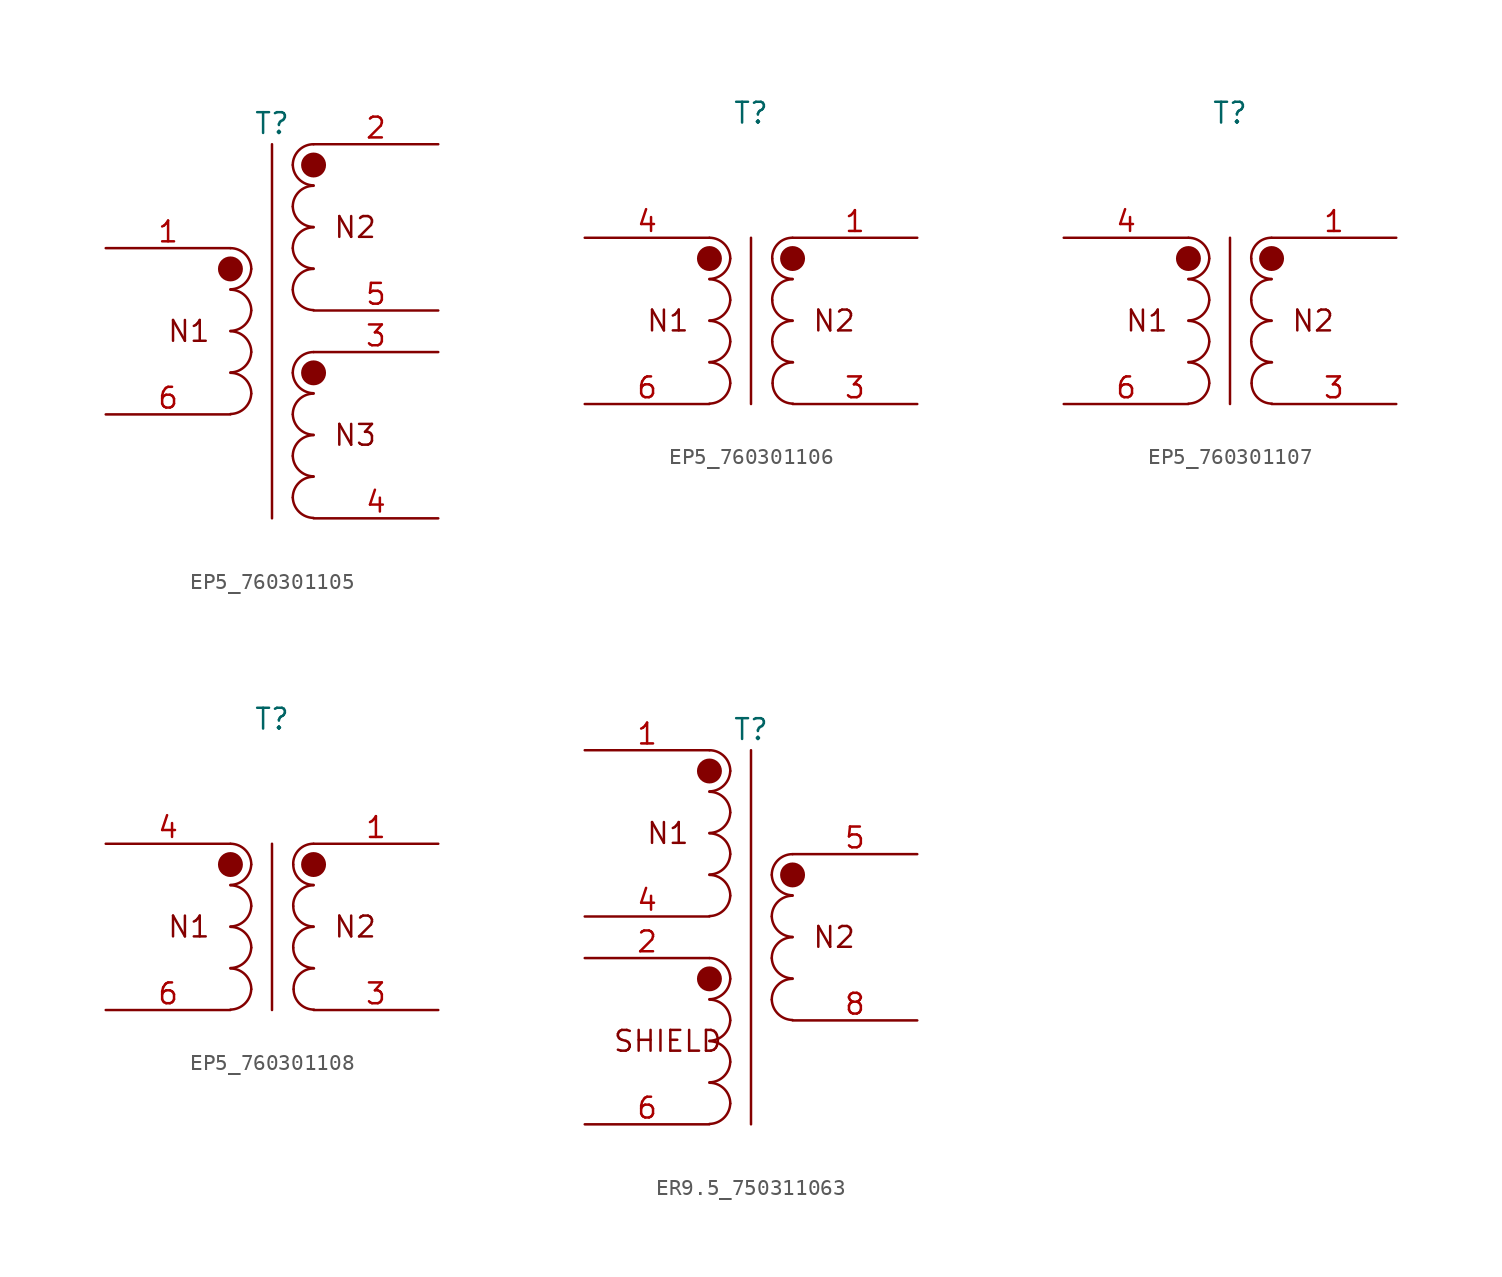
<source format=kicad_sym>
(kicad_symbol_lib
  (version 20220914)
  (generator kicad_symbol_editor)
  (symbol "EP5_760301105"
    (pin_names hide)
    (property "Reference" "T"
      (at 0 12.7 0)
      (effects (font (size 1.27 1.27))))
    (property "Critical Parameter" ""
      (at 0 -5.08 0)
      (effects (font (size 1.27 1.27)) (justify left)))
    (symbol "EP5_760301105_0_1"
      (arc (start -2.54 -5.0546) (mid -1.6561 -4.6863) (end -1.27 -3.81) (stroke (width 0) (type default)) (fill (type none)))
      (arc (start -2.54 -2.5146) (mid -1.6561 -2.1463) (end -1.27 -1.27) (stroke (width 0) (type default)) (fill (type none)))
      (arc (start -2.54 0.0254) (mid -1.6561 0.3937) (end -1.27 1.27) (stroke (width 0) (type default)) (fill (type none)))
      (arc (start -2.54 2.5654) (mid -1.6561 2.9337) (end -1.27 3.81) (stroke (width 0) (type default)) (fill (type none)))
      (arc (start -1.27 -3.81) (mid -1.642 -2.912) (end -2.54 -2.54) (stroke (width 0) (type default)) (fill (type none)))
      (arc (start -1.27 -1.27) (mid -1.642 -0.372) (end -2.54 0) (stroke (width 0) (type default)) (fill (type none)))
      (arc (start -1.27 1.27) (mid -1.642 2.168) (end -2.54 2.54) (stroke (width 0) (type default)) (fill (type none)))
      (arc (start -1.27 3.81) (mid -1.642 4.708) (end -2.54 5.08) (stroke (width 0) (type default)) (fill (type none)))
      (polyline (pts (xy 0 -11.43) (xy 0 11.43)) (stroke (width 0) (type default)) (fill (type none)))
      (arc (start 1.27 -10.16) (mid 1.6561 -11.0363) (end 2.54 -11.4046) (stroke (width 0) (type default)) (fill (type none)))
      (arc (start 1.27 -7.62) (mid 1.6561 -8.4963) (end 2.54 -8.8646) (stroke (width 0) (type default)) (fill (type none)))
      (arc (start 1.27 -5.08) (mid 1.6561 -5.9563) (end 2.54 -6.3246) (stroke (width 0) (type default)) (fill (type none)))
      (arc (start 1.27 -2.54) (mid 1.6561 -3.4163) (end 2.54 -3.7846) (stroke (width 0) (type default)) (fill (type none)))
      (arc (start 1.27 2.54) (mid 1.6561 1.6637) (end 2.54 1.2954) (stroke (width 0) (type default)) (fill (type none)))
      (arc (start 1.27 5.08) (mid 1.6561 4.2037) (end 2.54 3.8354) (stroke (width 0) (type default)) (fill (type none)))
      (arc (start 1.27 7.62) (mid 1.6561 6.7437) (end 2.54 6.3754) (stroke (width 0) (type default)) (fill (type none)))
      (arc (start 1.27 10.16) (mid 1.6561 9.2837) (end 2.54 8.9154) (stroke (width 0) (type default)) (fill (type none)))
      (arc (start 2.54 -8.89) (mid 1.642 -9.262) (end 1.27 -10.16) (stroke (width 0) (type default)) (fill (type none)))
      (arc (start 2.54 -6.35) (mid 1.642 -6.722) (end 1.27 -7.62) (stroke (width 0) (type default)) (fill (type none)))
      (arc (start 2.54 -3.81) (mid 1.642 -4.182) (end 1.27 -5.08) (stroke (width 0) (type default)) (fill (type none)))
      (arc (start 2.54 -1.27) (mid 1.642 -1.642) (end 1.27 -2.54) (stroke (width 0) (type default)) (fill (type none)))
      (arc (start 2.54 3.81) (mid 1.642 3.438) (end 1.27 2.54) (stroke (width 0) (type default)) (fill (type none)))
      (arc (start 2.54 6.35) (mid 1.642 5.978) (end 1.27 5.08) (stroke (width 0) (type default)) (fill (type none)))
      (arc (start 2.54 8.89) (mid 1.642 8.518) (end 1.27 7.62) (stroke (width 0) (type default)) (fill (type none)))
      (arc (start 2.54 11.43) (mid 1.642 11.058) (end 1.27 10.16) (stroke (width 0) (type default)) (fill (type none))))
    (symbol "EP5_760301105_1_1"
      (circle (center -2.54 3.81) (radius 0.0001) (stroke (width 0.762) (type default)) (fill (type none)))
      (circle (center 2.54 -2.54) (radius 0.0001) (stroke (width 0.762) (type default)) (fill (type none)))
      (circle (center 2.54 10.16) (radius 0.0001) (stroke (width 0.762) (type default)) (fill (type none)))
      (text "N1" (at -5.08 0 0) (effects (font (size 1.27 1.27))))
      (text "N2" (at 5.08 6.35 0) (effects (font (size 1.27 1.27))))
      (text "N3" (at 5.08 -6.35 0) (effects (font (size 1.27 1.27))))
      (pin passive line (at -10.16 5.08 0) (length 7.62) (name "1" (effects (font (size 1.27 1.27)))) (number "1" (effects (font (size 1.27 1.27)))))
      (pin passive line (at 10.16 11.43 180) (length 7.62) (name "2" (effects (font (size 1.27 1.27)))) (number "2" (effects (font (size 1.27 1.27)))))
      (pin passive line (at 10.16 -1.27 180) (length 7.62) (name "3" (effects (font (size 1.27 1.27)))) (number "3" (effects (font (size 1.27 1.27)))))
      (pin passive line (at 10.16 -11.43 180) (length 7.62) (name "4" (effects (font (size 1.27 1.27)))) (number "4" (effects (font (size 1.27 1.27)))))
      (pin passive line (at 10.16 1.27 180) (length 7.62) (name "5" (effects (font (size 1.27 1.27)))) (number "5" (effects (font (size 1.27 1.27)))))
      (pin passive line (at -10.16 -5.08 0) (length 7.62) (name "6" (effects (font (size 1.27 1.27)))) (number "6" (effects (font (size 1.27 1.27)))))))
  (symbol "EP5_760301106"
    (pin_names hide)
    (property "Reference" "T"
      (at 0 12.7 0)
      (effects (font (size 1.27 1.27))))
    (property "Critical Parameter" ""
      (at 0 -5.08 0)
      (effects (font (size 1.27 1.27)) (justify left)))
    (symbol "EP5_760301106_0_1"
      (arc (start -2.54 -5.0546) (mid -1.6599 -4.6901) (end -1.27 -3.81) (stroke (width 0) (type default)) (fill (type none)))
      (arc (start -2.54 -2.5146) (mid -1.6599 -2.1501) (end -1.27 -1.27) (stroke (width 0) (type default)) (fill (type none)))
      (arc (start -2.54 0.0254) (mid -1.6599 0.3899) (end -1.27 1.27) (stroke (width 0) (type default)) (fill (type none)))
      (arc (start -2.54 2.5654) (mid -1.6599 2.9299) (end -1.27 3.81) (stroke (width 0) (type default)) (fill (type none)))
      (arc (start -1.27 -3.81) (mid -1.642 -2.912) (end -2.54 -2.54) (stroke (width 0) (type default)) (fill (type none)))
      (arc (start -1.27 -1.27) (mid -1.642 -0.372) (end -2.54 0) (stroke (width 0) (type default)) (fill (type none)))
      (arc (start -1.27 1.27) (mid -1.642 2.168) (end -2.54 2.54) (stroke (width 0) (type default)) (fill (type none)))
      (arc (start -1.27 3.81) (mid -1.642 4.708) (end -2.54 5.08) (stroke (width 0) (type default)) (fill (type none)))
      (polyline (pts (xy 0 5.08) (xy 0 -5.08)) (stroke (width 0) (type default)) (fill (type none)))
      (arc (start 1.2954 -1.27) (mid 1.6599 -2.1501) (end 2.54 -2.5146) (stroke (width 0) (type default)) (fill (type none)))
      (arc (start 1.2954 1.27) (mid 1.6599 0.3899) (end 2.54 0.0254) (stroke (width 0) (type default)) (fill (type none)))
      (arc (start 1.2954 3.81) (mid 1.6599 2.9299) (end 2.54 2.5654) (stroke (width 0) (type default)) (fill (type none)))
      (arc (start 1.3208 -3.81) (mid 1.6853 -4.6901) (end 2.5654 -5.0546) (stroke (width 0) (type default)) (fill (type none)))
      (arc (start 2.54 0) (mid 1.642 -0.372) (end 1.2954 -1.27) (stroke (width 0) (type default)) (fill (type none)))
      (arc (start 2.54 2.54) (mid 1.642 2.168) (end 1.2954 1.27) (stroke (width 0) (type default)) (fill (type none)))
      (arc (start 2.54 5.08) (mid 1.642 4.708) (end 1.2954 3.81) (stroke (width 0) (type default)) (fill (type none)))
      (arc (start 2.5654 -2.54) (mid 1.6674 -2.912) (end 1.3208 -3.81) (stroke (width 0) (type default)) (fill (type none))))
    (symbol "EP5_760301106_1_1"
      (circle (center -2.54 3.81) (radius 0.0001) (stroke (width 0.762) (type default)) (fill (type none)))
      (circle (center 2.54 3.81) (radius 0.0001) (stroke (width 0.762) (type default)) (fill (type none)))
      (text "N1" (at -5.08 0 0) (effects (font (size 1.27 1.27))))
      (text "N2" (at 5.08 0 0) (effects (font (size 1.27 1.27))))
      (pin passive line (at 10.16 5.08 180) (length 7.62) (name "1" (effects (font (size 1.27 1.27)))) (number "1" (effects (font (size 1.27 1.27)))))
      (pin passive line (at 10.16 -5.08 180) (length 7.62) (name "3" (effects (font (size 1.27 1.27)))) (number "3" (effects (font (size 1.27 1.27)))))
      (pin passive line (at -10.16 5.08 0) (length 7.62) (name "4" (effects (font (size 1.27 1.27)))) (number "4" (effects (font (size 1.27 1.27)))))
      (pin passive line (at -10.16 -5.08 0) (length 7.62) (name "6" (effects (font (size 1.27 1.27)))) (number "6" (effects (font (size 1.27 1.27)))))))
  (symbol "EP5_760301107"
    (pin_names hide)
    (property "Reference" "T"
      (at 0 12.7 0)
      (effects (font (size 1.27 1.27))))
    (property "Critical Parameter" ""
      (at 0 -5.08 0)
      (effects (font (size 1.27 1.27)) (justify left)))
    (symbol "EP5_760301107_0_1"
      (arc (start -2.54 -5.0546) (mid -1.6599 -4.6901) (end -1.27 -3.81) (stroke (width 0) (type default)) (fill (type none)))
      (arc (start -2.54 -2.5146) (mid -1.6599 -2.1501) (end -1.27 -1.27) (stroke (width 0) (type default)) (fill (type none)))
      (arc (start -2.54 0.0254) (mid -1.6599 0.3899) (end -1.27 1.27) (stroke (width 0) (type default)) (fill (type none)))
      (arc (start -2.54 2.5654) (mid -1.6599 2.9299) (end -1.27 3.81) (stroke (width 0) (type default)) (fill (type none)))
      (arc (start -1.27 -3.81) (mid -1.642 -2.912) (end -2.54 -2.54) (stroke (width 0) (type default)) (fill (type none)))
      (arc (start -1.27 -1.27) (mid -1.642 -0.372) (end -2.54 0) (stroke (width 0) (type default)) (fill (type none)))
      (arc (start -1.27 1.27) (mid -1.642 2.168) (end -2.54 2.54) (stroke (width 0) (type default)) (fill (type none)))
      (arc (start -1.27 3.81) (mid -1.642 4.708) (end -2.54 5.08) (stroke (width 0) (type default)) (fill (type none)))
      (polyline (pts (xy 0 5.08) (xy 0 -5.08)) (stroke (width 0) (type default)) (fill (type none)))
      (arc (start 1.2954 -1.27) (mid 1.6599 -2.1501) (end 2.54 -2.5146) (stroke (width 0) (type default)) (fill (type none)))
      (arc (start 1.2954 1.27) (mid 1.6599 0.3899) (end 2.54 0.0254) (stroke (width 0) (type default)) (fill (type none)))
      (arc (start 1.2954 3.81) (mid 1.6599 2.9299) (end 2.54 2.5654) (stroke (width 0) (type default)) (fill (type none)))
      (arc (start 1.3208 -3.81) (mid 1.6853 -4.6901) (end 2.5654 -5.0546) (stroke (width 0) (type default)) (fill (type none)))
      (arc (start 2.54 0) (mid 1.642 -0.372) (end 1.2954 -1.27) (stroke (width 0) (type default)) (fill (type none)))
      (arc (start 2.54 2.54) (mid 1.642 2.168) (end 1.2954 1.27) (stroke (width 0) (type default)) (fill (type none)))
      (arc (start 2.54 5.08) (mid 1.642 4.708) (end 1.2954 3.81) (stroke (width 0) (type default)) (fill (type none)))
      (arc (start 2.5654 -2.54) (mid 1.6674 -2.912) (end 1.3208 -3.81) (stroke (width 0) (type default)) (fill (type none))))
    (symbol "EP5_760301107_1_1"
      (circle (center -2.54 3.81) (radius 0.0001) (stroke (width 0.762) (type default)) (fill (type none)))
      (circle (center 2.54 3.81) (radius 0.0001) (stroke (width 0.762) (type default)) (fill (type none)))
      (text "N1" (at -5.08 0 0) (effects (font (size 1.27 1.27))))
      (text "N2" (at 5.08 0 0) (effects (font (size 1.27 1.27))))
      (pin passive line (at 10.16 5.08 180) (length 7.62) (name "1" (effects (font (size 1.27 1.27)))) (number "1" (effects (font (size 1.27 1.27)))))
      (pin passive line (at 10.16 -5.08 180) (length 7.62) (name "3" (effects (font (size 1.27 1.27)))) (number "3" (effects (font (size 1.27 1.27)))))
      (pin passive line (at -10.16 5.08 0) (length 7.62) (name "4" (effects (font (size 1.27 1.27)))) (number "4" (effects (font (size 1.27 1.27)))))
      (pin passive line (at -10.16 -5.08 0) (length 7.62) (name "6" (effects (font (size 1.27 1.27)))) (number "6" (effects (font (size 1.27 1.27)))))))
  (symbol "EP5_760301108"
    (pin_names hide)
    (property "Reference" "T"
      (at 0 12.7 0)
      (effects (font (size 1.27 1.27))))
    (property "Critical Parameter" ""
      (at 0 -5.08 0)
      (effects (font (size 1.27 1.27)) (justify left)))
    (symbol "EP5_760301108_0_1"
      (arc (start -2.54 -5.0546) (mid -1.6599 -4.6901) (end -1.27 -3.81) (stroke (width 0) (type default)) (fill (type none)))
      (arc (start -2.54 -2.5146) (mid -1.6599 -2.1501) (end -1.27 -1.27) (stroke (width 0) (type default)) (fill (type none)))
      (arc (start -2.54 0.0254) (mid -1.6599 0.3899) (end -1.27 1.27) (stroke (width 0) (type default)) (fill (type none)))
      (arc (start -2.54 2.5654) (mid -1.6599 2.9299) (end -1.27 3.81) (stroke (width 0) (type default)) (fill (type none)))
      (arc (start -1.27 -3.81) (mid -1.642 -2.912) (end -2.54 -2.54) (stroke (width 0) (type default)) (fill (type none)))
      (arc (start -1.27 -1.27) (mid -1.642 -0.372) (end -2.54 0) (stroke (width 0) (type default)) (fill (type none)))
      (arc (start -1.27 1.27) (mid -1.642 2.168) (end -2.54 2.54) (stroke (width 0) (type default)) (fill (type none)))
      (arc (start -1.27 3.81) (mid -1.642 4.708) (end -2.54 5.08) (stroke (width 0) (type default)) (fill (type none)))
      (polyline (pts (xy 0 5.08) (xy 0 -5.08)) (stroke (width 0) (type default)) (fill (type none)))
      (arc (start 1.2954 -1.27) (mid 1.6599 -2.1501) (end 2.54 -2.5146) (stroke (width 0) (type default)) (fill (type none)))
      (arc (start 1.2954 1.27) (mid 1.6599 0.3899) (end 2.54 0.0254) (stroke (width 0) (type default)) (fill (type none)))
      (arc (start 1.2954 3.81) (mid 1.6599 2.9299) (end 2.54 2.5654) (stroke (width 0) (type default)) (fill (type none)))
      (arc (start 1.3208 -3.81) (mid 1.6853 -4.6901) (end 2.5654 -5.0546) (stroke (width 0) (type default)) (fill (type none)))
      (arc (start 2.54 0) (mid 1.642 -0.372) (end 1.2954 -1.27) (stroke (width 0) (type default)) (fill (type none)))
      (arc (start 2.54 2.54) (mid 1.642 2.168) (end 1.2954 1.27) (stroke (width 0) (type default)) (fill (type none)))
      (arc (start 2.54 5.08) (mid 1.642 4.708) (end 1.2954 3.81) (stroke (width 0) (type default)) (fill (type none)))
      (arc (start 2.5654 -2.54) (mid 1.6674 -2.912) (end 1.3208 -3.81) (stroke (width 0) (type default)) (fill (type none))))
    (symbol "EP5_760301108_1_1"
      (circle (center -2.54 3.81) (radius 0.0001) (stroke (width 0.762) (type default)) (fill (type none)))
      (circle (center 2.54 3.81) (radius 0.0001) (stroke (width 0.762) (type default)) (fill (type none)))
      (text "N1" (at -5.08 0 0) (effects (font (size 1.27 1.27))))
      (text "N2" (at 5.08 0 0) (effects (font (size 1.27 1.27))))
      (pin passive line (at 10.16 5.08 180) (length 7.62) (name "1" (effects (font (size 1.27 1.27)))) (number "1" (effects (font (size 1.27 1.27)))))
      (pin passive line (at 10.16 -5.08 180) (length 7.62) (name "3" (effects (font (size 1.27 1.27)))) (number "3" (effects (font (size 1.27 1.27)))))
      (pin passive line (at -10.16 5.08 0) (length 7.62) (name "4" (effects (font (size 1.27 1.27)))) (number "4" (effects (font (size 1.27 1.27)))))
      (pin passive line (at -10.16 -5.08 0) (length 7.62) (name "6" (effects (font (size 1.27 1.27)))) (number "6" (effects (font (size 1.27 1.27)))))))
  (symbol "ER9.5_750311063"
    (pin_names hide)
    (property "Reference" "T"
      (at 0 12.7 0)
      (effects (font (size 1.27 1.27))))
    (property "Critical Parameter" ""
      (at 0 -5.08 0)
      (effects (font (size 1.27 1.27)) (justify left)))
    (symbol "ER9.5_750311063_0_1"
      (arc (start -2.54 -11.4046) (mid -1.6561 -11.0363) (end -1.27 -10.16) (stroke (width 0) (type default)) (fill (type none)))
      (arc (start -2.54 -8.8646) (mid -1.6561 -8.4963) (end -1.27 -7.62) (stroke (width 0) (type default)) (fill (type none)))
      (arc (start -2.54 -6.3246) (mid -1.6561 -5.9563) (end -1.27 -5.08) (stroke (width 0) (type default)) (fill (type none)))
      (arc (start -2.54 -3.7846) (mid -1.6561 -3.4163) (end -1.27 -2.54) (stroke (width 0) (type default)) (fill (type none)))
      (arc (start -2.54 1.2954) (mid -1.6561 1.6637) (end -1.27 2.54) (stroke (width 0) (type default)) (fill (type none)))
      (arc (start -2.54 3.8354) (mid -1.6561 4.2037) (end -1.27 5.08) (stroke (width 0) (type default)) (fill (type none)))
      (arc (start -2.54 6.3754) (mid -1.6561 6.7437) (end -1.27 7.62) (stroke (width 0) (type default)) (fill (type none)))
      (arc (start -2.54 8.9154) (mid -1.6561 9.2837) (end -1.27 10.16) (stroke (width 0) (type default)) (fill (type none)))
      (arc (start -1.27 -10.16) (mid -1.642 -9.262) (end -2.54 -8.89) (stroke (width 0) (type default)) (fill (type none)))
      (arc (start -1.27 -7.62) (mid -1.642 -6.722) (end -2.54 -6.35) (stroke (width 0) (type default)) (fill (type none)))
      (arc (start -1.27 -5.08) (mid -1.642 -4.182) (end -2.54 -3.81) (stroke (width 0) (type default)) (fill (type none)))
      (arc (start -1.27 -2.54) (mid -1.642 -1.642) (end -2.54 -1.27) (stroke (width 0) (type default)) (fill (type none)))
      (arc (start -1.27 2.54) (mid -1.642 3.438) (end -2.54 3.81) (stroke (width 0) (type default)) (fill (type none)))
      (arc (start -1.27 5.08) (mid -1.642 5.978) (end -2.54 6.35) (stroke (width 0) (type default)) (fill (type none)))
      (arc (start -1.27 7.62) (mid -1.642 8.518) (end -2.54 8.89) (stroke (width 0) (type default)) (fill (type none)))
      (arc (start -1.27 10.16) (mid -1.642 11.058) (end -2.54 11.43) (stroke (width 0) (type default)) (fill (type none)))
      (polyline (pts (xy 0 -11.43) (xy 0 11.43)) (stroke (width 0) (type default)) (fill (type none)))
      (arc (start 1.27 -3.81) (mid 1.6561 -4.6863) (end 2.54 -5.0546) (stroke (width 0) (type default)) (fill (type none)))
      (arc (start 1.27 -1.27) (mid 1.6561 -2.1463) (end 2.54 -2.5146) (stroke (width 0) (type default)) (fill (type none)))
      (arc (start 1.27 1.27) (mid 1.6561 0.3937) (end 2.54 0.0254) (stroke (width 0) (type default)) (fill (type none)))
      (arc (start 1.27 3.81) (mid 1.6561 2.9337) (end 2.54 2.5654) (stroke (width 0) (type default)) (fill (type none)))
      (arc (start 2.54 -2.54) (mid 1.642 -2.912) (end 1.27 -3.81) (stroke (width 0) (type default)) (fill (type none)))
      (arc (start 2.54 0) (mid 1.642 -0.372) (end 1.27 -1.27) (stroke (width 0) (type default)) (fill (type none)))
      (arc (start 2.54 2.54) (mid 1.642 2.168) (end 1.27 1.27) (stroke (width 0) (type default)) (fill (type none)))
      (arc (start 2.54 5.08) (mid 1.642 4.708) (end 1.27 3.81) (stroke (width 0) (type default)) (fill (type none))))
    (symbol "ER9.5_750311063_1_1"
      (circle (center -2.54 -2.54) (radius 0.0001) (stroke (width 0.762) (type default)) (fill (type none)))
      (circle (center -2.54 10.16) (radius 0.0001) (stroke (width 0.762) (type default)) (fill (type none)))
      (circle (center 2.54 3.81) (radius 0.0001) (stroke (width 0.762) (type default)) (fill (type none)))
      (text "N1" (at -5.08 6.35 0) (effects (font (size 1.27 1.27))))
      (text "N2" (at 5.08 0 0) (effects (font (size 1.27 1.27))))
      (text "SHIELD" (at -5.08 -6.35 0) (effects (font (size 1.27 1.27))))
      (pin passive line (at -10.16 11.43 0) (length 7.62) (name "1" (effects (font (size 1.27 1.27)))) (number "1" (effects (font (size 1.27 1.27)))))
      (pin passive line (at -10.16 -1.27 0) (length 7.62) (name "2" (effects (font (size 1.27 1.27)))) (number "2" (effects (font (size 1.27 1.27)))))
      (pin passive line (at -10.16 1.27 0) (length 7.62) (name "4" (effects (font (size 1.27 1.27)))) (number "4" (effects (font (size 1.27 1.27)))))
      (pin passive line (at 10.16 5.08 180) (length 7.62) (name "5" (effects (font (size 1.27 1.27)))) (number "5" (effects (font (size 1.27 1.27)))))
      (pin passive line (at -10.16 -11.43 0) (length 7.62) (name "6" (effects (font (size 1.27 1.27)))) (number "6" (effects (font (size 1.27 1.27)))))
      (pin passive line (at 10.16 -5.08 180) (length 7.62) (name "8" (effects (font (size 1.27 1.27)))) (number "8" (effects (font (size 1.27 1.27))))))))
</source>
